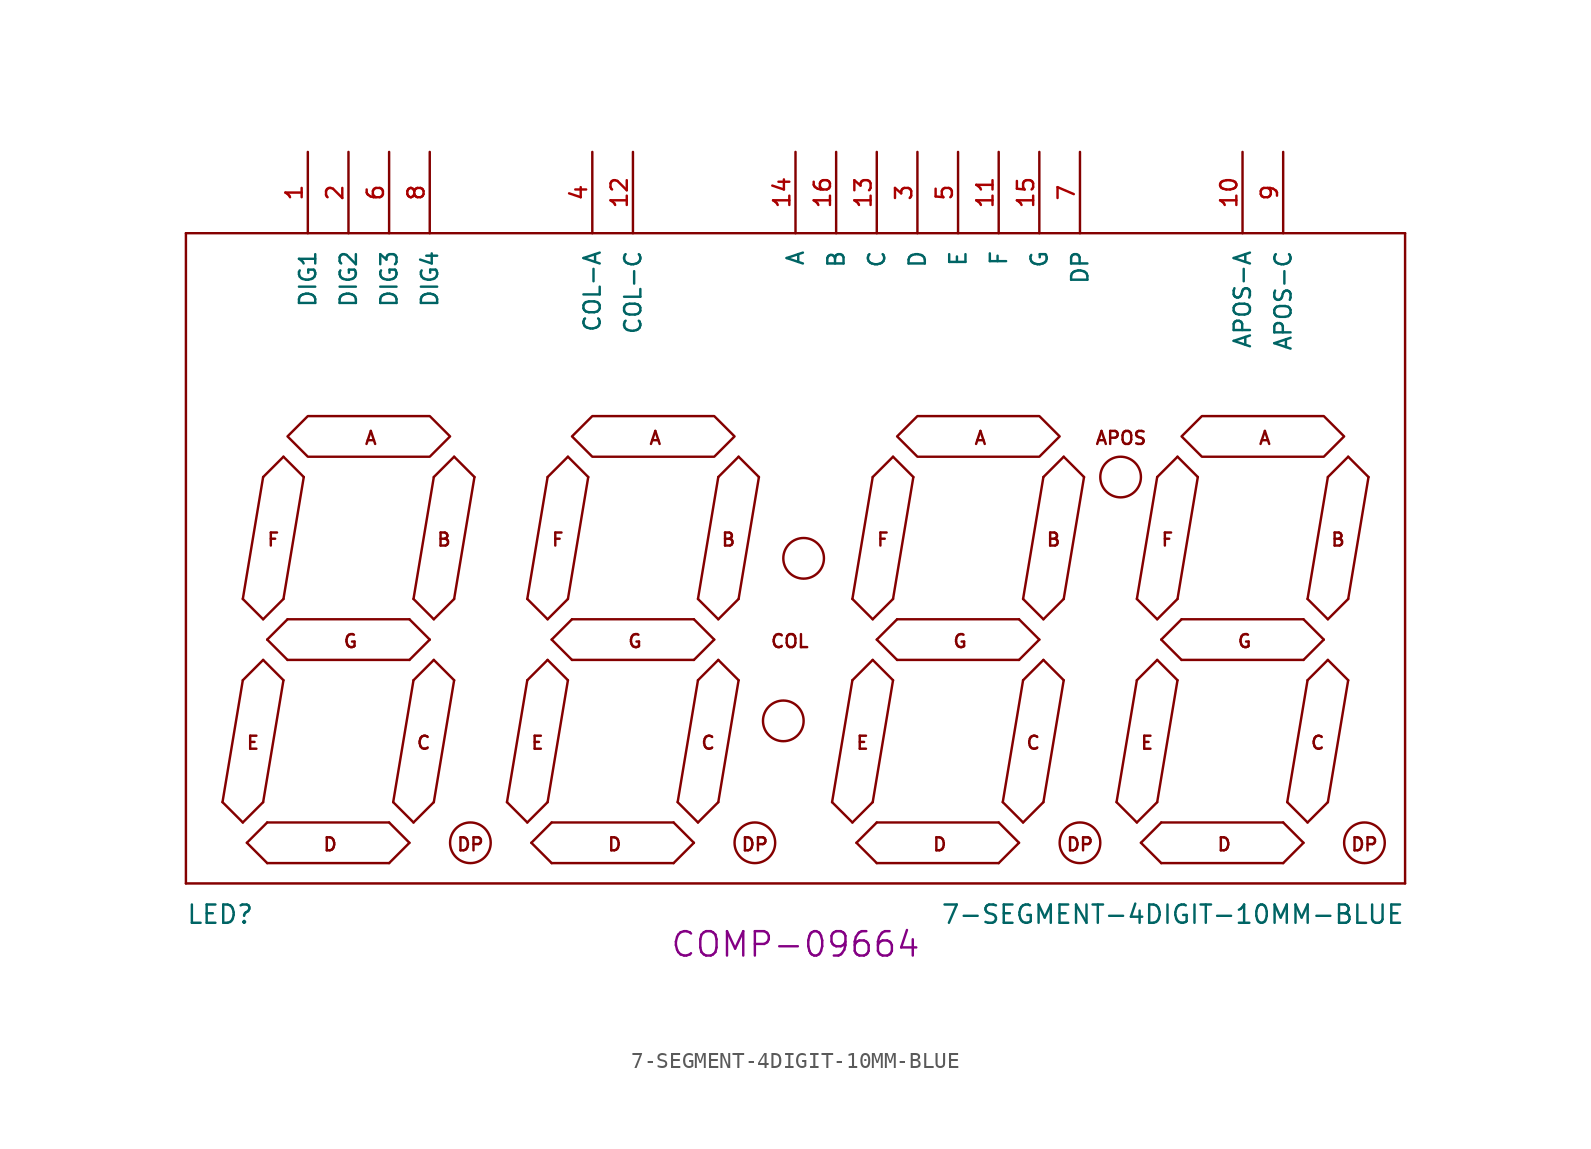
<source format=kicad_sym>
(kicad_symbol_lib
  (version 20211014)
  (generator kicad_symbol_editor)
  (symbol "7-SEGMENT-4DIGIT-10MM-BLUE"
    (pin_names
      (offset 1.016))
    (property "Reference" "LED"
      (at -38.1 -19.05 0)
      (effects (font (size 1.143 1.143)) (justify left top)))
    (property "Value" "7-SEGMENT-4DIGIT-10MM-BLUE"
      (at 38.1 -19.05 0)
      (effects (font (size 1.143 1.143)) (justify right top)))
    (property "Field4" "COMP-09664"
      (at 0 -21.59 0)
      (effects (font (size 1.524 1.524))))
    (property "ki_locked" ""
      (at 0 0 0)
      (effects (font (size 1.27 1.27))))
    (symbol "7-SEGMENT-4DIGIT-10MM-BLUE_1_0"
      (polyline (pts (xy -38.1 -17.78) (xy -38.1 22.86)) (stroke (width 0) (type default) (color 0 0 0 0)) (fill (type none)))
      (polyline (pts (xy -35.814 -12.7) (xy -34.544 -13.97)) (stroke (width 0) (type default) (color 0 0 0 0)) (fill (type none)))
      (polyline (pts (xy -34.544 -13.97) (xy -33.274 -12.7)) (stroke (width 0) (type default) (color 0 0 0 0)) (fill (type none)))
      (polyline (pts (xy -34.544 -5.08) (xy -35.814 -12.7)) (stroke (width 0) (type default) (color 0 0 0 0)) (fill (type none)))
      (polyline (pts (xy -34.544 0) (xy -33.274 -1.27)) (stroke (width 0) (type default) (color 0 0 0 0)) (fill (type none)))
      (polyline (pts (xy -34.29 -15.24) (xy -33.02 -16.51)) (stroke (width 0) (type default) (color 0 0 0 0)) (fill (type none)))
      (polyline (pts (xy -34.29 -15.24) (xy -33.02 -13.97)) (stroke (width 0) (type default) (color 0 0 0 0)) (fill (type none)))
      (polyline (pts (xy -33.274 -12.7) (xy -32.004 -5.08)) (stroke (width 0) (type default) (color 0 0 0 0)) (fill (type none)))
      (polyline (pts (xy -33.274 -3.81) (xy -34.544 -5.08)) (stroke (width 0) (type default) (color 0 0 0 0)) (fill (type none)))
      (polyline (pts (xy -33.274 -3.81) (xy -32.004 -5.08)) (stroke (width 0) (type default) (color 0 0 0 0)) (fill (type none)))
      (polyline (pts (xy -33.274 -1.27) (xy -32.004 0)) (stroke (width 0) (type default) (color 0 0 0 0)) (fill (type none)))
      (polyline (pts (xy -33.274 7.62) (xy -34.544 0)) (stroke (width 0) (type default) (color 0 0 0 0)) (fill (type none)))
      (polyline (pts (xy -33.02 -16.51) (xy -25.4 -16.51)) (stroke (width 0) (type default) (color 0 0 0 0)) (fill (type none)))
      (polyline (pts (xy -33.02 -2.54) (xy -31.75 -3.81)) (stroke (width 0) (type default) (color 0 0 0 0)) (fill (type none)))
      (polyline (pts (xy -33.02 -2.54) (xy -31.75 -1.27)) (stroke (width 0) (type default) (color 0 0 0 0)) (fill (type none)))
      (polyline (pts (xy -32.004 0) (xy -30.734 7.62)) (stroke (width 0) (type default) (color 0 0 0 0)) (fill (type none)))
      (polyline (pts (xy -32.004 8.89) (xy -33.274 7.62)) (stroke (width 0) (type default) (color 0 0 0 0)) (fill (type none)))
      (polyline (pts (xy -32.004 8.89) (xy -30.734 7.62)) (stroke (width 0) (type default) (color 0 0 0 0)) (fill (type none)))
      (polyline (pts (xy -31.75 -3.81) (xy -24.13 -3.81)) (stroke (width 0) (type default) (color 0 0 0 0)) (fill (type none)))
      (polyline (pts (xy -25.4 -16.51) (xy -24.13 -15.24)) (stroke (width 0) (type default) (color 0 0 0 0)) (fill (type none)))
      (polyline (pts (xy -25.4 -13.97) (xy -33.02 -13.97)) (stroke (width 0) (type default) (color 0 0 0 0)) (fill (type none)))
      (polyline (pts (xy -25.146 -12.7) (xy -23.876 -13.97)) (stroke (width 0) (type default) (color 0 0 0 0)) (fill (type none)))
      (polyline (pts (xy -24.13 -15.24) (xy -25.4 -13.97)) (stroke (width 0) (type default) (color 0 0 0 0)) (fill (type none)))
      (polyline (pts (xy -24.13 -3.81) (xy -22.86 -2.54)) (stroke (width 0) (type default) (color 0 0 0 0)) (fill (type none)))
      (polyline (pts (xy -24.13 -1.27) (xy -31.75 -1.27)) (stroke (width 0) (type default) (color 0 0 0 0)) (fill (type none)))
      (polyline (pts (xy -23.876 -13.97) (xy -22.606 -12.7)) (stroke (width 0) (type default) (color 0 0 0 0)) (fill (type none)))
      (polyline (pts (xy -23.876 -5.08) (xy -25.146 -12.7)) (stroke (width 0) (type default) (color 0 0 0 0)) (fill (type none)))
      (polyline (pts (xy -23.876 0) (xy -22.606 -1.27)) (stroke (width 0) (type default) (color 0 0 0 0)) (fill (type none)))
      (polyline (pts (xy -22.86 -2.54) (xy -24.13 -1.27)) (stroke (width 0) (type default) (color 0 0 0 0)) (fill (type none)))
      (polyline (pts (xy -22.606 -12.7) (xy -21.336 -5.08)) (stroke (width 0) (type default) (color 0 0 0 0)) (fill (type none)))
      (polyline (pts (xy -22.606 -3.81) (xy -23.876 -5.08)) (stroke (width 0) (type default) (color 0 0 0 0)) (fill (type none)))
      (polyline (pts (xy -22.606 -3.81) (xy -21.336 -5.08)) (stroke (width 0) (type default) (color 0 0 0 0)) (fill (type none)))
      (polyline (pts (xy -22.606 -1.27) (xy -21.336 0)) (stroke (width 0) (type default) (color 0 0 0 0)) (fill (type none)))
      (polyline (pts (xy -22.606 7.62) (xy -23.876 0)) (stroke (width 0) (type default) (color 0 0 0 0)) (fill (type none)))
      (polyline (pts (xy -21.336 0) (xy -20.066 7.62)) (stroke (width 0) (type default) (color 0 0 0 0)) (fill (type background)))
      (polyline (pts (xy -21.336 8.89) (xy -22.606 7.62)) (stroke (width 0) (type default) (color 0 0 0 0)) (fill (type none)))
      (polyline (pts (xy -21.336 8.89) (xy -20.066 7.62)) (stroke (width 0) (type default) (color 0 0 0 0)) (fill (type none)))
      (polyline (pts (xy -18.034 -12.7) (xy -16.764 -13.97)) (stroke (width 0) (type default) (color 0 0 0 0)) (fill (type none)))
      (polyline (pts (xy -16.764 -13.97) (xy -15.494 -12.7)) (stroke (width 0) (type default) (color 0 0 0 0)) (fill (type none)))
      (polyline (pts (xy -16.764 -5.08) (xy -18.034 -12.7)) (stroke (width 0) (type default) (color 0 0 0 0)) (fill (type none)))
      (polyline (pts (xy -16.764 0) (xy -15.494 -1.27)) (stroke (width 0) (type default) (color 0 0 0 0)) (fill (type none)))
      (polyline (pts (xy -16.51 -15.24) (xy -15.24 -16.51)) (stroke (width 0) (type default) (color 0 0 0 0)) (fill (type none)))
      (polyline (pts (xy -16.51 -15.24) (xy -15.24 -13.97)) (stroke (width 0) (type default) (color 0 0 0 0)) (fill (type none)))
      (polyline (pts (xy -15.494 -12.7) (xy -14.224 -5.08)) (stroke (width 0) (type default) (color 0 0 0 0)) (fill (type none)))
      (polyline (pts (xy -15.494 -3.81) (xy -16.764 -5.08)) (stroke (width 0) (type default) (color 0 0 0 0)) (fill (type none)))
      (polyline (pts (xy -15.494 -3.81) (xy -14.224 -5.08)) (stroke (width 0) (type default) (color 0 0 0 0)) (fill (type none)))
      (polyline (pts (xy -15.494 -1.27) (xy -14.224 0)) (stroke (width 0) (type default) (color 0 0 0 0)) (fill (type none)))
      (polyline (pts (xy -15.494 7.62) (xy -16.764 0)) (stroke (width 0) (type default) (color 0 0 0 0)) (fill (type none)))
      (polyline (pts (xy -15.24 -16.51) (xy -7.62 -16.51)) (stroke (width 0) (type default) (color 0 0 0 0)) (fill (type none)))
      (polyline (pts (xy -15.24 -2.54) (xy -13.97 -3.81)) (stroke (width 0) (type default) (color 0 0 0 0)) (fill (type none)))
      (polyline (pts (xy -15.24 -2.54) (xy -13.97 -1.27)) (stroke (width 0) (type default) (color 0 0 0 0)) (fill (type none)))
      (polyline (pts (xy -14.224 0) (xy -12.954 7.62)) (stroke (width 0) (type default) (color 0 0 0 0)) (fill (type none)))
      (polyline (pts (xy -14.224 8.89) (xy -15.494 7.62)) (stroke (width 0) (type default) (color 0 0 0 0)) (fill (type none)))
      (polyline (pts (xy -14.224 8.89) (xy -12.954 7.62)) (stroke (width 0) (type default) (color 0 0 0 0)) (fill (type none)))
      (polyline (pts (xy -13.97 -3.81) (xy -6.35 -3.81)) (stroke (width 0) (type default) (color 0 0 0 0)) (fill (type none)))
      (polyline (pts (xy -7.62 -16.51) (xy -6.35 -15.24)) (stroke (width 0) (type default) (color 0 0 0 0)) (fill (type none)))
      (polyline (pts (xy -7.62 -13.97) (xy -15.24 -13.97)) (stroke (width 0) (type default) (color 0 0 0 0)) (fill (type none)))
      (polyline (pts (xy -7.366 -12.7) (xy -6.096 -13.97)) (stroke (width 0) (type default) (color 0 0 0 0)) (fill (type none)))
      (polyline (pts (xy -6.35 -15.24) (xy -7.62 -13.97)) (stroke (width 0) (type default) (color 0 0 0 0)) (fill (type none)))
      (polyline (pts (xy -6.35 -3.81) (xy -5.08 -2.54)) (stroke (width 0) (type default) (color 0 0 0 0)) (fill (type none)))
      (polyline (pts (xy -6.35 -1.27) (xy -13.97 -1.27)) (stroke (width 0) (type default) (color 0 0 0 0)) (fill (type none)))
      (polyline (pts (xy -6.096 -13.97) (xy -4.826 -12.7)) (stroke (width 0) (type default) (color 0 0 0 0)) (fill (type none)))
      (polyline (pts (xy -6.096 -5.08) (xy -7.366 -12.7)) (stroke (width 0) (type default) (color 0 0 0 0)) (fill (type none)))
      (polyline (pts (xy -6.096 0) (xy -4.826 -1.27)) (stroke (width 0) (type default) (color 0 0 0 0)) (fill (type none)))
      (polyline (pts (xy -5.08 -2.54) (xy -6.35 -1.27)) (stroke (width 0) (type default) (color 0 0 0 0)) (fill (type none)))
      (polyline (pts (xy -4.826 -12.7) (xy -3.556 -5.08)) (stroke (width 0) (type default) (color 0 0 0 0)) (fill (type none)))
      (polyline (pts (xy -4.826 -3.81) (xy -6.096 -5.08)) (stroke (width 0) (type default) (color 0 0 0 0)) (fill (type none)))
      (polyline (pts (xy -4.826 -3.81) (xy -3.556 -5.08)) (stroke (width 0) (type default) (color 0 0 0 0)) (fill (type none)))
      (polyline (pts (xy -4.826 -1.27) (xy -3.556 0)) (stroke (width 0) (type default) (color 0 0 0 0)) (fill (type none)))
      (polyline (pts (xy -4.826 7.62) (xy -6.096 0)) (stroke (width 0) (type default) (color 0 0 0 0)) (fill (type none)))
      (polyline (pts (xy -3.556 0) (xy -2.286 7.62)) (stroke (width 0) (type default) (color 0 0 0 0)) (fill (type none)))
      (polyline (pts (xy -3.556 8.89) (xy -4.826 7.62)) (stroke (width 0) (type default) (color 0 0 0 0)) (fill (type none)))
      (polyline (pts (xy -3.556 8.89) (xy -2.286 7.62)) (stroke (width 0) (type default) (color 0 0 0 0)) (fill (type none)))
      (polyline (pts (xy 2.286 -12.7) (xy 3.556 -13.97)) (stroke (width 0) (type default) (color 0 0 0 0)) (fill (type none)))
      (polyline (pts (xy 3.556 -13.97) (xy 4.826 -12.7)) (stroke (width 0) (type default) (color 0 0 0 0)) (fill (type none)))
      (polyline (pts (xy 3.556 -5.08) (xy 2.286 -12.7)) (stroke (width 0) (type default) (color 0 0 0 0)) (fill (type none)))
      (polyline (pts (xy 3.556 0) (xy 4.826 -1.27)) (stroke (width 0) (type default) (color 0 0 0 0)) (fill (type none)))
      (polyline (pts (xy 3.81 -15.24) (xy 5.08 -16.51)) (stroke (width 0) (type default) (color 0 0 0 0)) (fill (type none)))
      (polyline (pts (xy 3.81 -15.24) (xy 5.08 -13.97)) (stroke (width 0) (type default) (color 0 0 0 0)) (fill (type none)))
      (polyline (pts (xy 4.826 -12.7) (xy 6.096 -5.08)) (stroke (width 0) (type default) (color 0 0 0 0)) (fill (type none)))
      (polyline (pts (xy 4.826 -3.81) (xy 3.556 -5.08)) (stroke (width 0) (type default) (color 0 0 0 0)) (fill (type none)))
      (polyline (pts (xy 4.826 -3.81) (xy 6.096 -5.08)) (stroke (width 0) (type default) (color 0 0 0 0)) (fill (type none)))
      (polyline (pts (xy 4.826 -1.27) (xy 6.096 0)) (stroke (width 0) (type default) (color 0 0 0 0)) (fill (type none)))
      (polyline (pts (xy 4.826 7.62) (xy 3.556 0)) (stroke (width 0) (type default) (color 0 0 0 0)) (fill (type none)))
      (polyline (pts (xy 5.08 -16.51) (xy 12.7 -16.51)) (stroke (width 0) (type default) (color 0 0 0 0)) (fill (type none)))
      (polyline (pts (xy 5.08 -2.54) (xy 6.35 -3.81)) (stroke (width 0) (type default) (color 0 0 0 0)) (fill (type none)))
      (polyline (pts (xy 5.08 -2.54) (xy 6.35 -1.27)) (stroke (width 0) (type default) (color 0 0 0 0)) (fill (type none)))
      (polyline (pts (xy 6.096 0) (xy 7.366 7.62)) (stroke (width 0) (type default) (color 0 0 0 0)) (fill (type none)))
      (polyline (pts (xy 6.096 8.89) (xy 4.826 7.62)) (stroke (width 0) (type default) (color 0 0 0 0)) (fill (type none)))
      (polyline (pts (xy 6.096 8.89) (xy 7.366 7.62)) (stroke (width 0) (type default) (color 0 0 0 0)) (fill (type none)))
      (polyline (pts (xy 6.35 -3.81) (xy 13.97 -3.81)) (stroke (width 0) (type default) (color 0 0 0 0)) (fill (type none)))
      (polyline (pts (xy 12.7 -16.51) (xy 13.97 -15.24)) (stroke (width 0) (type default) (color 0 0 0 0)) (fill (type none)))
      (polyline (pts (xy 12.7 -13.97) (xy 5.08 -13.97)) (stroke (width 0) (type default) (color 0 0 0 0)) (fill (type none)))
      (polyline (pts (xy 12.954 -12.7) (xy 14.224 -13.97)) (stroke (width 0) (type default) (color 0 0 0 0)) (fill (type none)))
      (polyline (pts (xy 13.97 -15.24) (xy 12.7 -13.97)) (stroke (width 0) (type default) (color 0 0 0 0)) (fill (type none)))
      (polyline (pts (xy 13.97 -3.81) (xy 15.24 -2.54)) (stroke (width 0) (type default) (color 0 0 0 0)) (fill (type none)))
      (polyline (pts (xy 13.97 -1.27) (xy 6.35 -1.27)) (stroke (width 0) (type default) (color 0 0 0 0)) (fill (type none)))
      (polyline (pts (xy 14.224 -13.97) (xy 15.494 -12.7)) (stroke (width 0) (type default) (color 0 0 0 0)) (fill (type none)))
      (polyline (pts (xy 14.224 -5.08) (xy 12.954 -12.7)) (stroke (width 0) (type default) (color 0 0 0 0)) (fill (type none)))
      (polyline (pts (xy 14.224 0) (xy 15.494 -1.27)) (stroke (width 0) (type default) (color 0 0 0 0)) (fill (type none)))
      (polyline (pts (xy 15.24 -2.54) (xy 13.97 -1.27)) (stroke (width 0) (type default) (color 0 0 0 0)) (fill (type none)))
      (polyline (pts (xy 15.494 -12.7) (xy 16.764 -5.08)) (stroke (width 0) (type default) (color 0 0 0 0)) (fill (type none)))
      (polyline (pts (xy 15.494 -3.81) (xy 14.224 -5.08)) (stroke (width 0) (type default) (color 0 0 0 0)) (fill (type none)))
      (polyline (pts (xy 15.494 -3.81) (xy 16.764 -5.08)) (stroke (width 0) (type default) (color 0 0 0 0)) (fill (type none)))
      (polyline (pts (xy 15.494 -1.27) (xy 16.764 0)) (stroke (width 0) (type default) (color 0 0 0 0)) (fill (type none)))
      (polyline (pts (xy 15.494 7.62) (xy 14.224 0)) (stroke (width 0) (type default) (color 0 0 0 0)) (fill (type none)))
      (polyline (pts (xy 16.764 0) (xy 18.034 7.62)) (stroke (width 0) (type default) (color 0 0 0 0)) (fill (type none)))
      (polyline (pts (xy 16.764 8.89) (xy 15.494 7.62)) (stroke (width 0) (type default) (color 0 0 0 0)) (fill (type none)))
      (polyline (pts (xy 16.764 8.89) (xy 18.034 7.62)) (stroke (width 0) (type default) (color 0 0 0 0)) (fill (type none)))
      (polyline (pts (xy 20.066 -12.7) (xy 21.336 -13.97)) (stroke (width 0) (type default) (color 0 0 0 0)) (fill (type none)))
      (polyline (pts (xy 21.336 -13.97) (xy 22.606 -12.7)) (stroke (width 0) (type default) (color 0 0 0 0)) (fill (type none)))
      (polyline (pts (xy 21.336 -5.08) (xy 20.066 -12.7)) (stroke (width 0) (type default) (color 0 0 0 0)) (fill (type none)))
      (polyline (pts (xy 21.336 0) (xy 22.606 -1.27)) (stroke (width 0) (type default) (color 0 0 0 0)) (fill (type none)))
      (polyline (pts (xy 21.59 -15.24) (xy 22.86 -16.51)) (stroke (width 0) (type default) (color 0 0 0 0)) (fill (type none)))
      (polyline (pts (xy 21.59 -15.24) (xy 22.86 -13.97)) (stroke (width 0) (type default) (color 0 0 0 0)) (fill (type none)))
      (polyline (pts (xy 22.606 -12.7) (xy 23.876 -5.08)) (stroke (width 0) (type default) (color 0 0 0 0)) (fill (type none)))
      (polyline (pts (xy 22.606 -3.81) (xy 21.336 -5.08)) (stroke (width 0) (type default) (color 0 0 0 0)) (fill (type none)))
      (polyline (pts (xy 22.606 -3.81) (xy 23.876 -5.08)) (stroke (width 0) (type default) (color 0 0 0 0)) (fill (type none)))
      (polyline (pts (xy 22.606 -1.27) (xy 23.876 0)) (stroke (width 0) (type default) (color 0 0 0 0)) (fill (type none)))
      (polyline (pts (xy 22.606 7.62) (xy 21.336 0)) (stroke (width 0) (type default) (color 0 0 0 0)) (fill (type none)))
      (polyline (pts (xy 22.86 -16.51) (xy 30.48 -16.51)) (stroke (width 0) (type default) (color 0 0 0 0)) (fill (type none)))
      (polyline (pts (xy 22.86 -2.54) (xy 24.13 -3.81)) (stroke (width 0) (type default) (color 0 0 0 0)) (fill (type none)))
      (polyline (pts (xy 22.86 -2.54) (xy 24.13 -1.27)) (stroke (width 0) (type default) (color 0 0 0 0)) (fill (type none)))
      (polyline (pts (xy 23.876 0) (xy 25.146 7.62)) (stroke (width 0) (type default) (color 0 0 0 0)) (fill (type none)))
      (polyline (pts (xy 23.876 8.89) (xy 22.606 7.62)) (stroke (width 0) (type default) (color 0 0 0 0)) (fill (type none)))
      (polyline (pts (xy 23.876 8.89) (xy 25.146 7.62)) (stroke (width 0) (type default) (color 0 0 0 0)) (fill (type none)))
      (polyline (pts (xy 24.13 -3.81) (xy 31.75 -3.81)) (stroke (width 0) (type default) (color 0 0 0 0)) (fill (type none)))
      (polyline (pts (xy 30.48 -16.51) (xy 31.75 -15.24)) (stroke (width 0) (type default) (color 0 0 0 0)) (fill (type none)))
      (polyline (pts (xy 30.48 -13.97) (xy 22.86 -13.97)) (stroke (width 0) (type default) (color 0 0 0 0)) (fill (type none)))
      (polyline (pts (xy 30.734 -12.7) (xy 32.004 -13.97)) (stroke (width 0) (type default) (color 0 0 0 0)) (fill (type none)))
      (polyline (pts (xy 31.75 -15.24) (xy 30.48 -13.97)) (stroke (width 0) (type default) (color 0 0 0 0)) (fill (type none)))
      (polyline (pts (xy 31.75 -3.81) (xy 33.02 -2.54)) (stroke (width 0) (type default) (color 0 0 0 0)) (fill (type none)))
      (polyline (pts (xy 31.75 -1.27) (xy 24.13 -1.27)) (stroke (width 0) (type default) (color 0 0 0 0)) (fill (type none)))
      (polyline (pts (xy 32.004 -13.97) (xy 33.274 -12.7)) (stroke (width 0) (type default) (color 0 0 0 0)) (fill (type none)))
      (polyline (pts (xy 32.004 -5.08) (xy 30.734 -12.7)) (stroke (width 0) (type default) (color 0 0 0 0)) (fill (type none)))
      (polyline (pts (xy 32.004 0) (xy 33.274 -1.27)) (stroke (width 0) (type default) (color 0 0 0 0)) (fill (type none)))
      (polyline (pts (xy 33.02 -2.54) (xy 31.75 -1.27)) (stroke (width 0) (type default) (color 0 0 0 0)) (fill (type none)))
      (polyline (pts (xy 33.274 -12.7) (xy 34.544 -5.08)) (stroke (width 0) (type default) (color 0 0 0 0)) (fill (type none)))
      (polyline (pts (xy 33.274 -3.81) (xy 32.004 -5.08)) (stroke (width 0) (type default) (color 0 0 0 0)) (fill (type none)))
      (polyline (pts (xy 33.274 -3.81) (xy 34.544 -5.08)) (stroke (width 0) (type default) (color 0 0 0 0)) (fill (type none)))
      (polyline (pts (xy 33.274 -1.27) (xy 34.544 0)) (stroke (width 0) (type default) (color 0 0 0 0)) (fill (type none)))
      (polyline (pts (xy 33.274 7.62) (xy 32.004 0)) (stroke (width 0) (type default) (color 0 0 0 0)) (fill (type none)))
      (polyline (pts (xy 34.544 0) (xy 35.814 7.62)) (stroke (width 0) (type default) (color 0 0 0 0)) (fill (type none)))
      (polyline (pts (xy 34.544 8.89) (xy 33.274 7.62)) (stroke (width 0) (type default) (color 0 0 0 0)) (fill (type none)))
      (polyline (pts (xy 34.544 8.89) (xy 35.814 7.62)) (stroke (width 0) (type default) (color 0 0 0 0)) (fill (type none)))
      (polyline (pts (xy 38.1 -17.78) (xy -38.1 -17.78)) (stroke (width 0) (type default) (color 0 0 0 0)) (fill (type none)))
      (polyline (pts (xy 38.1 22.86) (xy -38.1 22.86)) (stroke (width 0) (type default) (color 0 0 0 0)) (fill (type none)))
      (polyline (pts (xy 38.1 22.86) (xy 38.1 -17.78)) (stroke (width 0) (type default) (color 0 0 0 0)) (fill (type none)))
      (text "A" (at -26.543 10.058 0) (effects (font (size 0.813 0.813))))
      (text "A" (at -8.763 10.058 0) (effects (font (size 0.813 0.813))))
      (text "A" (at 11.557 10.058 0) (effects (font (size 0.813 0.813))))
      (text "A" (at 29.337 10.058 0) (effects (font (size 0.813 0.813))))
      (text "APOS" (at 20.345 10.058 0) (effects (font (size 0.813 0.813))))
      (text "B" (at -21.971 3.708 0) (effects (font (size 0.813 0.813))))
      (text "B" (at -4.191 3.708 0) (effects (font (size 0.813 0.813))))
      (text "B" (at 16.129 3.708 0) (effects (font (size 0.813 0.813))))
      (text "B" (at 33.909 3.708 0) (effects (font (size 0.813 0.813))))
      (text "C" (at -23.241 -8.992 0) (effects (font (size 0.813 0.813))))
      (text "C" (at -5.461 -8.992 0) (effects (font (size 0.813 0.813))))
      (text "C" (at 14.859 -8.992 0) (effects (font (size 0.813 0.813))))
      (text "C" (at 32.639 -8.992 0) (effects (font (size 0.813 0.813))))
      (text "COL" (at -0.356 -2.642 0) (effects (font (size 0.813 0.813))))
      (text "D" (at -29.083 -15.342 0) (effects (font (size 0.813 0.813))))
      (text "D" (at -11.303 -15.342 0) (effects (font (size 0.813 0.813))))
      (text "D" (at 9.017 -15.342 0) (effects (font (size 0.813 0.813))))
      (text "D" (at 26.797 -15.342 0) (effects (font (size 0.813 0.813))))
      (text "DP" (at -20.32 -15.342 0) (effects (font (size 0.813 0.813))))
      (text "DP" (at -2.54 -15.342 0) (effects (font (size 0.813 0.813))))
      (text "DP" (at 17.78 -15.342 0) (effects (font (size 0.813 0.813))))
      (text "DP" (at 35.56 -15.342 0) (effects (font (size 0.813 0.813))))
      (text "E" (at -33.909 -8.992 0) (effects (font (size 0.813 0.813))))
      (text "E" (at -16.129 -8.992 0) (effects (font (size 0.813 0.813))))
      (text "E" (at 4.191 -8.992 0) (effects (font (size 0.813 0.813))))
      (text "E" (at 21.971 -8.992 0) (effects (font (size 0.813 0.813))))
      (text "F" (at -32.639 3.708 0) (effects (font (size 0.813 0.813))))
      (text "F" (at -14.859 3.708 0) (effects (font (size 0.813 0.813))))
      (text "F" (at 5.461 3.708 0) (effects (font (size 0.813 0.813))))
      (text "F" (at 23.241 3.708 0) (effects (font (size 0.813 0.813))))
      (text "G" (at -27.813 -2.642 0) (effects (font (size 0.813 0.813))))
      (text "G" (at -10.033 -2.642 0) (effects (font (size 0.813 0.813))))
      (text "G" (at 10.287 -2.642 0) (effects (font (size 0.813 0.813))))
      (text "G" (at 28.067 -2.642 0) (effects (font (size 0.813 0.813)))))
    (symbol "7-SEGMENT-4DIGIT-10MM-BLUE_1_1"
      (circle (center -20.32 -15.24) (radius 1.27) (stroke (width 0) (type default) (color 0 0 0 0)) (fill (type none)))
      (circle (center -2.54 -15.24) (radius 1.27) (stroke (width 0) (type default) (color 0 0 0 0)) (fill (type none)))
      (circle (center -0.762 -7.62) (radius 1.27) (stroke (width 0) (type default) (color 0 0 0 0)) (fill (type none)))
      (polyline (pts (xy -22.86 11.43) (xy -21.59 10.16) (xy -22.86 8.89) (xy -30.48 8.89) (xy -31.75 10.16) (xy -30.48 11.43) (xy -22.86 11.43)) (stroke (width 0) (type default) (color 0 0 0 0)) (fill (type none)))
      (polyline (pts (xy -5.08 11.43) (xy -3.81 10.16) (xy -5.08 8.89) (xy -12.7 8.89) (xy -13.97 10.16) (xy -12.7 11.43) (xy -5.08 11.43)) (stroke (width 0) (type default) (color 0 0 0 0)) (fill (type none)))
      (polyline (pts (xy 15.24 11.43) (xy 16.51 10.16) (xy 15.24 8.89) (xy 7.62 8.89) (xy 6.35 10.16) (xy 7.62 11.43) (xy 15.24 11.43)) (stroke (width 0) (type default) (color 0 0 0 0)) (fill (type none)))
      (polyline (pts (xy 33.02 11.43) (xy 34.29 10.16) (xy 33.02 8.89) (xy 25.4 8.89) (xy 24.13 10.16) (xy 25.4 11.43) (xy 33.02 11.43)) (stroke (width 0) (type default) (color 0 0 0 0)) (fill (type none)))
      (circle (center 0.508 2.54) (radius 1.27) (stroke (width 0) (type default) (color 0 0 0 0)) (fill (type none)))
      (circle (center 17.78 -15.24) (radius 1.27) (stroke (width 0) (type default) (color 0 0 0 0)) (fill (type none)))
      (circle (center 20.32 7.62) (radius 1.27) (stroke (width 0) (type default) (color 0 0 0 0)) (fill (type none)))
      (circle (center 35.56 -15.24) (radius 1.27) (stroke (width 0) (type default) (color 0 0 0 0)) (fill (type none)))
      (pin bidirectional line (at -30.48 27.94 270) (length 5.08) (name "DIG1" (effects (font (size 1.016 1.016)))) (number "1" (effects (font (size 1.016 1.016)))))
      (pin bidirectional line (at 27.94 27.94 270) (length 5.08) (name "APOS-A" (effects (font (size 1.016 1.016)))) (number "10" (effects (font (size 1.016 1.016)))))
      (pin bidirectional line (at 12.7 27.94 270) (length 5.08) (name "F" (effects (font (size 1.016 1.016)))) (number "11" (effects (font (size 1.016 1.016)))))
      (pin bidirectional line (at -10.16 27.94 270) (length 5.08) (name "COL-C" (effects (font (size 1.016 1.016)))) (number "12" (effects (font (size 1.016 1.016)))))
      (pin bidirectional line (at 5.08 27.94 270) (length 5.08) (name "C" (effects (font (size 1.016 1.016)))) (number "13" (effects (font (size 1.016 1.016)))))
      (pin bidirectional line (at 0 27.94 270) (length 5.08) (name "A" (effects (font (size 1.016 1.016)))) (number "14" (effects (font (size 1.016 1.016)))))
      (pin bidirectional line (at 15.24 27.94 270) (length 5.08) (name "G" (effects (font (size 1.016 1.016)))) (number "15" (effects (font (size 1.016 1.016)))))
      (pin bidirectional line (at 2.54 27.94 270) (length 5.08) (name "B" (effects (font (size 1.016 1.016)))) (number "16" (effects (font (size 1.016 1.016)))))
      (pin bidirectional line (at -27.94 27.94 270) (length 5.08) (name "DIG2" (effects (font (size 1.016 1.016)))) (number "2" (effects (font (size 1.016 1.016)))))
      (pin bidirectional line (at 7.62 27.94 270) (length 5.08) (name "D" (effects (font (size 1.016 1.016)))) (number "3" (effects (font (size 1.016 1.016)))))
      (pin bidirectional line (at -12.7 27.94 270) (length 5.08) (name "COL-A" (effects (font (size 1.016 1.016)))) (number "4" (effects (font (size 1.016 1.016)))))
      (pin bidirectional line (at 10.16 27.94 270) (length 5.08) (name "E" (effects (font (size 1.016 1.016)))) (number "5" (effects (font (size 1.016 1.016)))))
      (pin bidirectional line (at -25.4 27.94 270) (length 5.08) (name "DIG3" (effects (font (size 1.016 1.016)))) (number "6" (effects (font (size 1.016 1.016)))))
      (pin bidirectional line (at 17.78 27.94 270) (length 5.08) (name "DP" (effects (font (size 1.016 1.016)))) (number "7" (effects (font (size 1.016 1.016)))))
      (pin bidirectional line (at -22.86 27.94 270) (length 5.08) (name "DIG4" (effects (font (size 1.016 1.016)))) (number "8" (effects (font (size 1.016 1.016)))))
      (pin bidirectional line (at 30.48 27.94 270) (length 5.08) (name "APOS-C" (effects (font (size 1.016 1.016)))) (number "9" (effects (font (size 1.016 1.016))))))))
</source>
